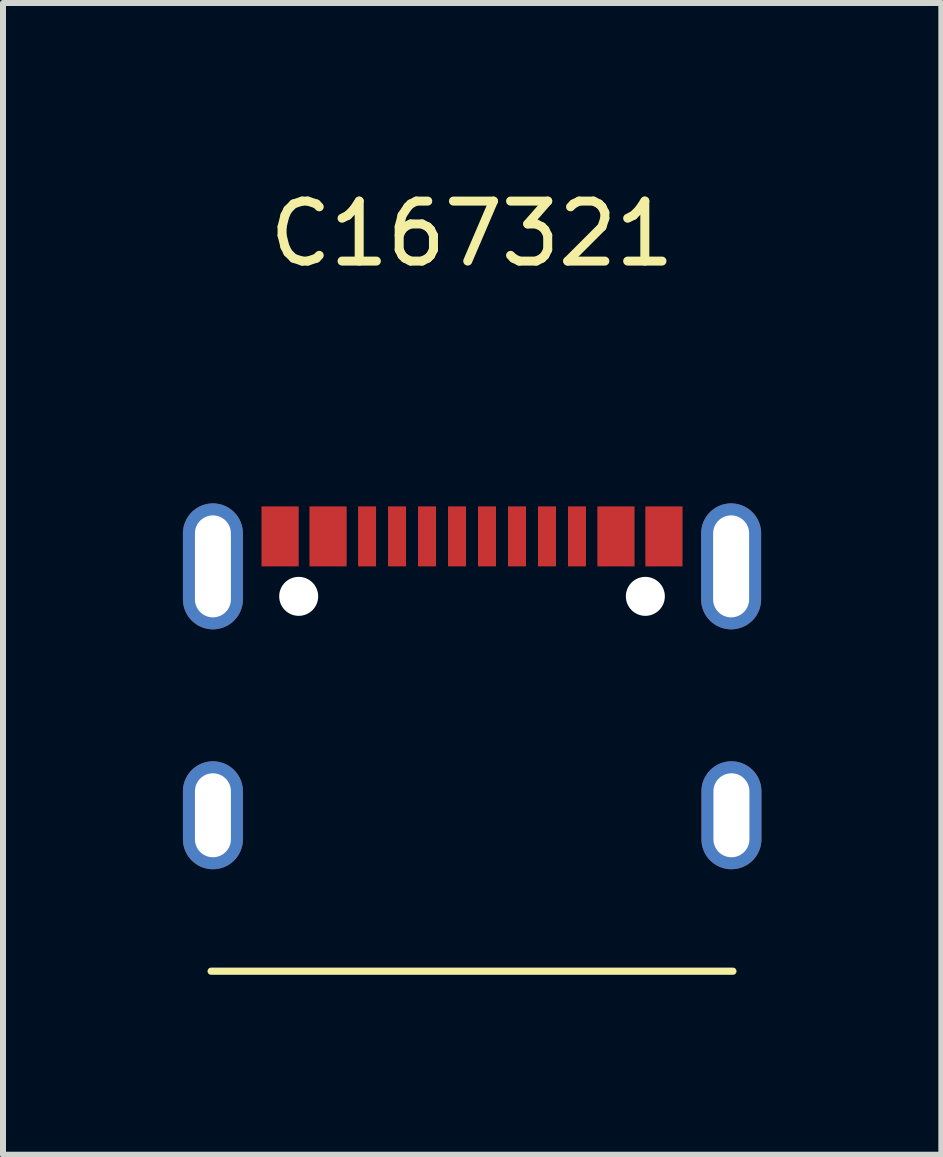
<source format=kicad_pcb>
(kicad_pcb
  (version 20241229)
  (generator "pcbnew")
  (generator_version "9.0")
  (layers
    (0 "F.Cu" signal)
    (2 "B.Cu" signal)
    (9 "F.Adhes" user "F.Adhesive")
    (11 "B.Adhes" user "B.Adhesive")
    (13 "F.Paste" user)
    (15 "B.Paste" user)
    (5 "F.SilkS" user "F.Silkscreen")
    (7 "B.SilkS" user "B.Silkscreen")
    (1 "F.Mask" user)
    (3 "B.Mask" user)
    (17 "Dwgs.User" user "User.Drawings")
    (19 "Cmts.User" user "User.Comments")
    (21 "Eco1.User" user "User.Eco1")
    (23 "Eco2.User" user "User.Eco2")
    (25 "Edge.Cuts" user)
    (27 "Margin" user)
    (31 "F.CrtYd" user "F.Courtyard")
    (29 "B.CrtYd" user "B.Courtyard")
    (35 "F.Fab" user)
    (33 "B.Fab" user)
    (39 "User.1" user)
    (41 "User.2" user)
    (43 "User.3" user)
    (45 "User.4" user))
  (footprint "C167321"
    (layer "F.Cu")
    (at 4.82 8.468)
    (property "Reference" "C167321" (at 0 -7.62 0) (layer "F.SilkS") (effects (font (size 1 1) (thickness 0.15))))
    (attr through_hole)
    (fp_line (start -4.35 4.675) (end 4.35 4.675) (stroke (width 0.12) (type solid)) (layer "F.SilkS"))
    (pad "" np_thru_hole circle (at -2.89 -1.575) (size 0.65 0.65) (drill 0.65) (layers "*.Cu" "*.Mask"))
    (pad "" np_thru_hole circle (at 2.89 -1.575) (size 0.65 0.65) (drill 0.65) (layers "*.Cu" "*.Mask"))
    (pad "A1" smd rect (at -3.2 -2.575) (size 0.62 1) (layers "F.Cu" "F.Mask" "F.Paste"))
    (pad "A1" smd rect (at 3.2 -2.575) (size 0.62 1) (layers "F.Cu" "F.Mask" "F.Paste"))
    (pad "A4" smd rect (at -2.4 -2.575) (size 0.62 1) (layers "F.Cu" "F.Mask" "F.Paste"))
    (pad "A4" smd rect (at 2.4 -2.575) (size 0.62 1) (layers "F.Cu" "F.Mask" "F.Paste"))
    (pad "A5" smd rect (at -1.25 -2.575) (size 0.3 1) (layers "F.Cu" "F.Mask" "F.Paste"))
    (pad "A6" smd rect (at -0.25 -2.575) (size 0.3 1) (layers "F.Cu" "F.Mask" "F.Paste"))
    (pad "A7" smd rect (at 0.25 -2.575 180) (size 0.3 1) (layers "F.Cu" "F.Mask" "F.Paste"))
    (pad "A8" smd rect (at -1.75 -2.575) (size 0.3 1) (layers "F.Cu" "F.Mask" "F.Paste"))
    (pad "B5" smd rect (at 1.75 -2.575 180) (size 0.3 1) (layers "F.Cu" "F.Mask" "F.Paste"))
    (pad "B6" smd rect (at 0.75 -2.575 180) (size 0.3 1) (layers "F.Cu" "F.Mask" "F.Paste"))
    (pad "B7" smd rect (at -0.75 -2.575) (size 0.3 1) (layers "F.Cu" "F.Mask" "F.Paste"))
    (pad "B8" smd rect (at 1.25 -2.575 180) (size 0.3 1) (layers "F.Cu" "F.Mask" "F.Paste"))
    (pad "S1" thru_hole oval (at -4.32 -2.075) (size 1 2.1) (drill oval 0.6 1.7) (layers "*.Cu" "*.Mask"))
    (pad "S1" thru_hole oval (at -4.32 2.075) (size 1 1.8) (drill oval 0.6 1.4) (layers "*.Cu" "*.Mask"))
    (pad "S1" thru_hole oval (at 4.32 -2.075) (size 1 2.1) (drill oval 0.6 1.7) (layers "*.Cu" "*.Mask"))
    (pad "S1" thru_hole oval (at 4.325 2.075) (size 1 1.8) (drill oval 0.6 1.4) (layers "*.Cu" "*.Mask")))
  (gr_rect
    (start -3 -3)
    (end 12.645 16.203)
    (stroke (width 0.1) (type default))
    (fill no)
    (layer "Edge.Cuts")))
</source>
